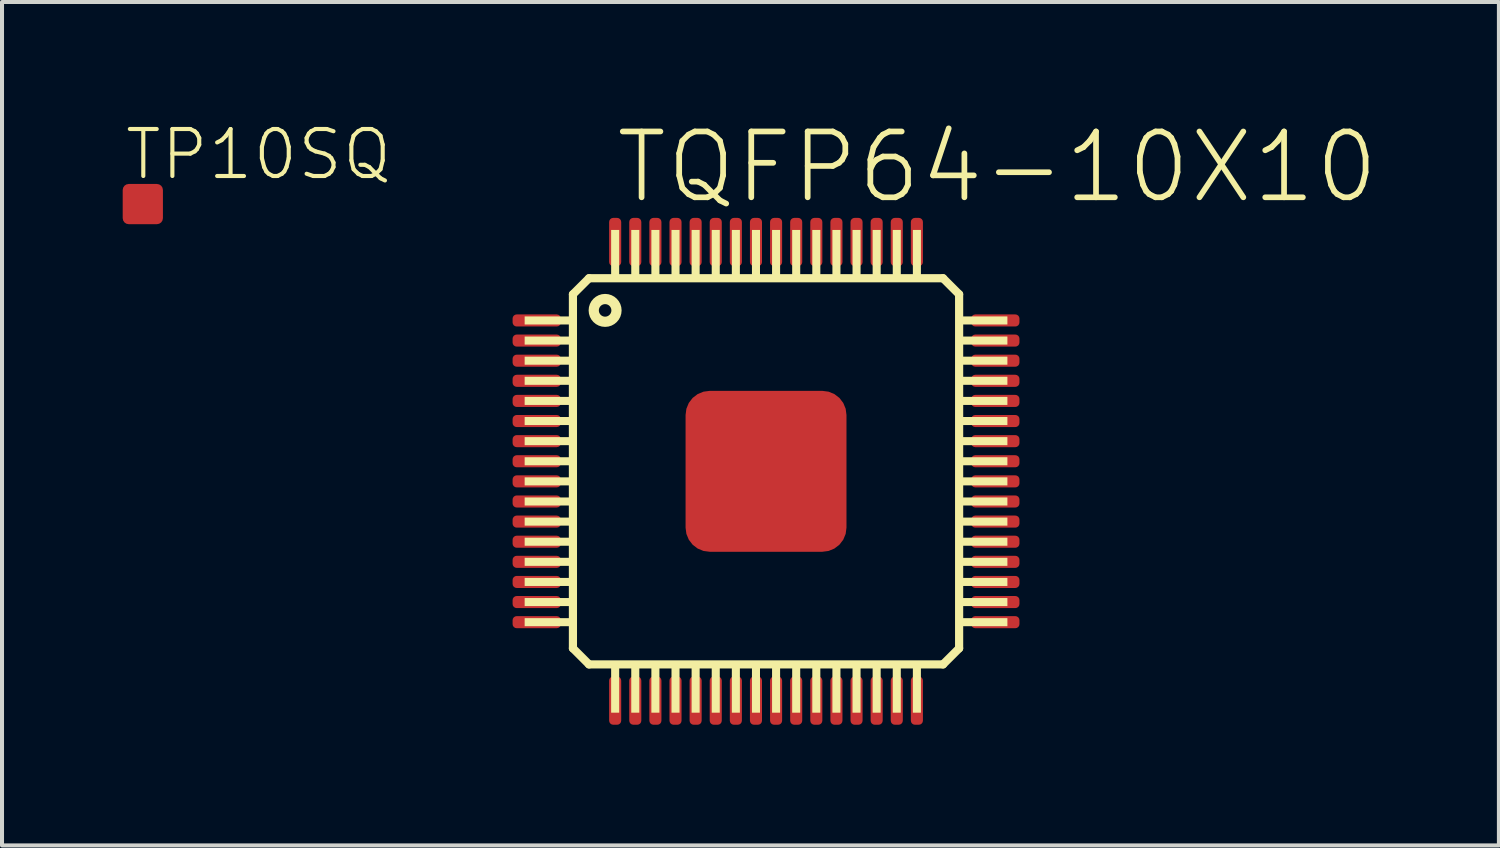
<source format=kicad_pcb>
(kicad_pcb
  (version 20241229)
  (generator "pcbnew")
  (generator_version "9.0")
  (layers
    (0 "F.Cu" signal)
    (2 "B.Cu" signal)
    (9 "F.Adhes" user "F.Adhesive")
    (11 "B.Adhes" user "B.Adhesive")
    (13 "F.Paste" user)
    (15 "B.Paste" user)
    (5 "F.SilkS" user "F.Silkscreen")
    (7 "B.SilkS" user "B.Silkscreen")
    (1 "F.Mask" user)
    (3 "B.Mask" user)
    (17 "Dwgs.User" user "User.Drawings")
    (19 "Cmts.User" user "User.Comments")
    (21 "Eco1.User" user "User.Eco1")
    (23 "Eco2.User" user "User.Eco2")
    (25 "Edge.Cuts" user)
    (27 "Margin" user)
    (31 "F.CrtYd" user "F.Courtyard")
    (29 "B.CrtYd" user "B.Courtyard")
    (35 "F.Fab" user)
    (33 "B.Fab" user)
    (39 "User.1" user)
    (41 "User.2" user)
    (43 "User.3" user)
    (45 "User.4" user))
  (footprint "TQFP64-10X10"
    (layer "F.Cu")
    (at 15.992 8.666)
    (property "Reference" "TQFP64-10X10" (at -3.81 -6.604 0) (unlocked yes) (layer "F.SilkS") (effects (font (size 1.636 1.636) (thickness 0.142)) (justify left bottom)))
    (fp_line (start -4.8 -4.4) (end -4.4 -4.8) (stroke (width 0.203) (type solid)) (layer "F.SilkS"))
    (fp_line (start -4.8 4.4) (end -4.8 -4.4) (stroke (width 0.203) (type solid)) (layer "F.SilkS"))
    (fp_line (start -4.4 -4.8) (end 4.4 -4.8) (stroke (width 0.203) (type solid)) (layer "F.SilkS"))
    (fp_line (start -4.4 4.8) (end -4.8 4.4) (stroke (width 0.203) (type solid)) (layer "F.SilkS"))
    (fp_line (start 4.4 -4.8) (end 4.8 -4.4) (stroke (width 0.203) (type solid)) (layer "F.SilkS"))
    (fp_line (start 4.4 4.8) (end -4.4 4.8) (stroke (width 0.203) (type solid)) (layer "F.SilkS"))
    (fp_line (start 4.8 -4.4) (end 4.8 4.4) (stroke (width 0.203) (type solid)) (layer "F.SilkS"))
    (fp_line (start 4.8 4.4) (end 4.4 4.8) (stroke (width 0.203) (type solid)) (layer "F.SilkS"))
    (fp_circle (center -4 -4) (end -3.717 -4) (stroke (width 0.254) (type solid)) (fill no) (layer "F.SilkS"))
    (fp_poly (pts (xy -6 -3.65) (xy -4.8 -3.65) (xy -4.8 -3.85) (xy -6 -3.85)) (stroke (width 0) (type default)) (fill yes) (layer "F.SilkS"))
    (fp_poly (pts (xy -6 -3.15) (xy -4.8 -3.15) (xy -4.8 -3.35) (xy -6 -3.35)) (stroke (width 0) (type default)) (fill yes) (layer "F.SilkS"))
    (fp_poly (pts (xy -6 -2.65) (xy -4.8 -2.65) (xy -4.8 -2.85) (xy -6 -2.85)) (stroke (width 0) (type default)) (fill yes) (layer "F.SilkS"))
    (fp_poly (pts (xy -6 -2.15) (xy -4.8 -2.15) (xy -4.8 -2.35) (xy -6 -2.35)) (stroke (width 0) (type default)) (fill yes) (layer "F.SilkS"))
    (fp_poly (pts (xy -6 -1.65) (xy -4.8 -1.65) (xy -4.8 -1.85) (xy -6 -1.85)) (stroke (width 0) (type default)) (fill yes) (layer "F.SilkS"))
    (fp_poly (pts (xy -6 -1.15) (xy -4.8 -1.15) (xy -4.8 -1.35) (xy -6 -1.35)) (stroke (width 0) (type default)) (fill yes) (layer "F.SilkS"))
    (fp_poly (pts (xy -6 -0.65) (xy -4.8 -0.65) (xy -4.8 -0.85) (xy -6 -0.85)) (stroke (width 0) (type default)) (fill yes) (layer "F.SilkS"))
    (fp_poly (pts (xy -6 -0.15) (xy -4.8 -0.15) (xy -4.8 -0.35) (xy -6 -0.35)) (stroke (width 0) (type default)) (fill yes) (layer "F.SilkS"))
    (fp_poly (pts (xy -6 0.35) (xy -4.8 0.35) (xy -4.8 0.15) (xy -6 0.15)) (stroke (width 0) (type default)) (fill yes) (layer "F.SilkS"))
    (fp_poly (pts (xy -6 0.85) (xy -4.8 0.85) (xy -4.8 0.65) (xy -6 0.65)) (stroke (width 0) (type default)) (fill yes) (layer "F.SilkS"))
    (fp_poly (pts (xy -6 1.35) (xy -4.8 1.35) (xy -4.8 1.15) (xy -6 1.15)) (stroke (width 0) (type default)) (fill yes) (layer "F.SilkS"))
    (fp_poly (pts (xy -6 1.85) (xy -4.8 1.85) (xy -4.8 1.65) (xy -6 1.65)) (stroke (width 0) (type default)) (fill yes) (layer "F.SilkS"))
    (fp_poly (pts (xy -6 2.35) (xy -4.8 2.35) (xy -4.8 2.15) (xy -6 2.15)) (stroke (width 0) (type default)) (fill yes) (layer "F.SilkS"))
    (fp_poly (pts (xy -6 2.85) (xy -4.8 2.85) (xy -4.8 2.65) (xy -6 2.65)) (stroke (width 0) (type default)) (fill yes) (layer "F.SilkS"))
    (fp_poly (pts (xy -6 3.35) (xy -4.8 3.35) (xy -4.8 3.15) (xy -6 3.15)) (stroke (width 0) (type default)) (fill yes) (layer "F.SilkS"))
    (fp_poly (pts (xy -6 3.85) (xy -4.8 3.85) (xy -4.8 3.65) (xy -6 3.65)) (stroke (width 0) (type default)) (fill yes) (layer "F.SilkS"))
    (fp_poly (pts (xy -3.85 -4.8) (xy -3.65 -4.8) (xy -3.65 -6) (xy -3.85 -6)) (stroke (width 0) (type default)) (fill yes) (layer "F.SilkS"))
    (fp_poly (pts (xy -3.85 6) (xy -3.65 6) (xy -3.65 4.8) (xy -3.85 4.8)) (stroke (width 0) (type default)) (fill yes) (layer "F.SilkS"))
    (fp_poly (pts (xy -3.35 -4.8) (xy -3.15 -4.8) (xy -3.15 -6) (xy -3.35 -6)) (stroke (width 0) (type default)) (fill yes) (layer "F.SilkS"))
    (fp_poly (pts (xy -3.35 6) (xy -3.15 6) (xy -3.15 4.8) (xy -3.35 4.8)) (stroke (width 0) (type default)) (fill yes) (layer "F.SilkS"))
    (fp_poly (pts (xy -2.85 -4.8) (xy -2.65 -4.8) (xy -2.65 -6) (xy -2.85 -6)) (stroke (width 0) (type default)) (fill yes) (layer "F.SilkS"))
    (fp_poly (pts (xy -2.85 6) (xy -2.65 6) (xy -2.65 4.8) (xy -2.85 4.8)) (stroke (width 0) (type default)) (fill yes) (layer "F.SilkS"))
    (fp_poly (pts (xy -2.35 -4.8) (xy -2.15 -4.8) (xy -2.15 -6) (xy -2.35 -6)) (stroke (width 0) (type default)) (fill yes) (layer "F.SilkS"))
    (fp_poly (pts (xy -2.35 6) (xy -2.15 6) (xy -2.15 4.8) (xy -2.35 4.8)) (stroke (width 0) (type default)) (fill yes) (layer "F.SilkS"))
    (fp_poly (pts (xy -1.85 -4.8) (xy -1.65 -4.8) (xy -1.65 -6) (xy -1.85 -6)) (stroke (width 0) (type default)) (fill yes) (layer "F.SilkS"))
    (fp_poly (pts (xy -1.85 6) (xy -1.65 6) (xy -1.65 4.8) (xy -1.85 4.8)) (stroke (width 0) (type default)) (fill yes) (layer "F.SilkS"))
    (fp_poly (pts (xy -1.35 -4.8) (xy -1.15 -4.8) (xy -1.15 -6) (xy -1.35 -6)) (stroke (width 0) (type default)) (fill yes) (layer "F.SilkS"))
    (fp_poly (pts (xy -1.35 6) (xy -1.15 6) (xy -1.15 4.8) (xy -1.35 4.8)) (stroke (width 0) (type default)) (fill yes) (layer "F.SilkS"))
    (fp_poly (pts (xy -0.85 -4.8) (xy -0.65 -4.8) (xy -0.65 -6) (xy -0.85 -6)) (stroke (width 0) (type default)) (fill yes) (layer "F.SilkS"))
    (fp_poly (pts (xy -0.85 6) (xy -0.65 6) (xy -0.65 4.8) (xy -0.85 4.8)) (stroke (width 0) (type default)) (fill yes) (layer "F.SilkS"))
    (fp_poly (pts (xy -0.35 -4.8) (xy -0.15 -4.8) (xy -0.15 -6) (xy -0.35 -6)) (stroke (width 0) (type default)) (fill yes) (layer "F.SilkS"))
    (fp_poly (pts (xy -0.35 6) (xy -0.15 6) (xy -0.15 4.8) (xy -0.35 4.8)) (stroke (width 0) (type default)) (fill yes) (layer "F.SilkS"))
    (fp_poly (pts (xy 0.15 -4.8) (xy 0.35 -4.8) (xy 0.35 -6) (xy 0.15 -6)) (stroke (width 0) (type default)) (fill yes) (layer "F.SilkS"))
    (fp_poly (pts (xy 0.15 6) (xy 0.35 6) (xy 0.35 4.8) (xy 0.15 4.8)) (stroke (width 0) (type default)) (fill yes) (layer "F.SilkS"))
    (fp_poly (pts (xy 0.65 -4.8) (xy 0.85 -4.8) (xy 0.85 -6) (xy 0.65 -6)) (stroke (width 0) (type default)) (fill yes) (layer "F.SilkS"))
    (fp_poly (pts (xy 0.65 6) (xy 0.85 6) (xy 0.85 4.8) (xy 0.65 4.8)) (stroke (width 0) (type default)) (fill yes) (layer "F.SilkS"))
    (fp_poly (pts (xy 1.15 -4.8) (xy 1.35 -4.8) (xy 1.35 -6) (xy 1.15 -6)) (stroke (width 0) (type default)) (fill yes) (layer "F.SilkS"))
    (fp_poly (pts (xy 1.15 6) (xy 1.35 6) (xy 1.35 4.8) (xy 1.15 4.8)) (stroke (width 0) (type default)) (fill yes) (layer "F.SilkS"))
    (fp_poly (pts (xy 1.65 -4.8) (xy 1.85 -4.8) (xy 1.85 -6) (xy 1.65 -6)) (stroke (width 0) (type default)) (fill yes) (layer "F.SilkS"))
    (fp_poly (pts (xy 1.65 6) (xy 1.85 6) (xy 1.85 4.8) (xy 1.65 4.8)) (stroke (width 0) (type default)) (fill yes) (layer "F.SilkS"))
    (fp_poly (pts (xy 2.15 -4.8) (xy 2.35 -4.8) (xy 2.35 -6) (xy 2.15 -6)) (stroke (width 0) (type default)) (fill yes) (layer "F.SilkS"))
    (fp_poly (pts (xy 2.15 6) (xy 2.35 6) (xy 2.35 4.8) (xy 2.15 4.8)) (stroke (width 0) (type default)) (fill yes) (layer "F.SilkS"))
    (fp_poly (pts (xy 2.65 -4.8) (xy 2.85 -4.8) (xy 2.85 -6) (xy 2.65 -6)) (stroke (width 0) (type default)) (fill yes) (layer "F.SilkS"))
    (fp_poly (pts (xy 2.65 6) (xy 2.85 6) (xy 2.85 4.8) (xy 2.65 4.8)) (stroke (width 0) (type default)) (fill yes) (layer "F.SilkS"))
    (fp_poly (pts (xy 3.15 -4.8) (xy 3.35 -4.8) (xy 3.35 -6) (xy 3.15 -6)) (stroke (width 0) (type default)) (fill yes) (layer "F.SilkS"))
    (fp_poly (pts (xy 3.15 6) (xy 3.35 6) (xy 3.35 4.8) (xy 3.15 4.8)) (stroke (width 0) (type default)) (fill yes) (layer "F.SilkS"))
    (fp_poly (pts (xy 3.65 -4.8) (xy 3.85 -4.8) (xy 3.85 -6) (xy 3.65 -6)) (stroke (width 0) (type default)) (fill yes) (layer "F.SilkS"))
    (fp_poly (pts (xy 3.65 6) (xy 3.85 6) (xy 3.85 4.8) (xy 3.65 4.8)) (stroke (width 0) (type default)) (fill yes) (layer "F.SilkS"))
    (fp_poly (pts (xy 4.8 -3.65) (xy 6 -3.65) (xy 6 -3.85) (xy 4.8 -3.85)) (stroke (width 0) (type default)) (fill yes) (layer "F.SilkS"))
    (fp_poly (pts (xy 4.8 -3.15) (xy 6 -3.15) (xy 6 -3.35) (xy 4.8 -3.35)) (stroke (width 0) (type default)) (fill yes) (layer "F.SilkS"))
    (fp_poly (pts (xy 4.8 -2.65) (xy 6 -2.65) (xy 6 -2.85) (xy 4.8 -2.85)) (stroke (width 0) (type default)) (fill yes) (layer "F.SilkS"))
    (fp_poly (pts (xy 4.8 -2.15) (xy 6 -2.15) (xy 6 -2.35) (xy 4.8 -2.35)) (stroke (width 0) (type default)) (fill yes) (layer "F.SilkS"))
    (fp_poly (pts (xy 4.8 -1.65) (xy 6 -1.65) (xy 6 -1.85) (xy 4.8 -1.85)) (stroke (width 0) (type default)) (fill yes) (layer "F.SilkS"))
    (fp_poly (pts (xy 4.8 -1.15) (xy 6 -1.15) (xy 6 -1.35) (xy 4.8 -1.35)) (stroke (width 0) (type default)) (fill yes) (layer "F.SilkS"))
    (fp_poly (pts (xy 4.8 -0.65) (xy 6 -0.65) (xy 6 -0.85) (xy 4.8 -0.85)) (stroke (width 0) (type default)) (fill yes) (layer "F.SilkS"))
    (fp_poly (pts (xy 4.8 -0.15) (xy 6 -0.15) (xy 6 -0.35) (xy 4.8 -0.35)) (stroke (width 0) (type default)) (fill yes) (layer "F.SilkS"))
    (fp_poly (pts (xy 4.8 0.35) (xy 6 0.35) (xy 6 0.15) (xy 4.8 0.15)) (stroke (width 0) (type default)) (fill yes) (layer "F.SilkS"))
    (fp_poly (pts (xy 4.8 0.85) (xy 6 0.85) (xy 6 0.65) (xy 4.8 0.65)) (stroke (width 0) (type default)) (fill yes) (layer "F.SilkS"))
    (fp_poly (pts (xy 4.8 1.35) (xy 6 1.35) (xy 6 1.15) (xy 4.8 1.15)) (stroke (width 0) (type default)) (fill yes) (layer "F.SilkS"))
    (fp_poly (pts (xy 4.8 1.85) (xy 6 1.85) (xy 6 1.65) (xy 4.8 1.65)) (stroke (width 0) (type default)) (fill yes) (layer "F.SilkS"))
    (fp_poly (pts (xy 4.8 2.35) (xy 6 2.35) (xy 6 2.15) (xy 4.8 2.15)) (stroke (width 0) (type default)) (fill yes) (layer "F.SilkS"))
    (fp_poly (pts (xy 4.8 2.85) (xy 6 2.85) (xy 6 2.65) (xy 4.8 2.65)) (stroke (width 0) (type default)) (fill yes) (layer "F.SilkS"))
    (fp_poly (pts (xy 4.8 3.35) (xy 6 3.35) (xy 6 3.15) (xy 4.8 3.15)) (stroke (width 0) (type default)) (fill yes) (layer "F.SilkS"))
    (fp_poly (pts (xy 4.8 3.85) (xy 6 3.85) (xy 6 3.65) (xy 4.8 3.65)) (stroke (width 0) (type default)) (fill yes) (layer "F.SilkS"))
    (pad "1" smd roundrect (at -5.7 -3.75) (size 1.2 0.3) (layers "F.Cu" "F.Mask" "F.Paste") (roundrect_rratio 0.339))
    (pad "2" smd roundrect (at -5.7 -3.25) (size 1.2 0.3) (layers "F.Cu" "F.Mask" "F.Paste") (roundrect_rratio 0.339))
    (pad "3" smd roundrect (at -5.7 -2.75) (size 1.2 0.3) (layers "F.Cu" "F.Mask" "F.Paste") (roundrect_rratio 0.339))
    (pad "4" smd roundrect (at -5.7 -2.25) (size 1.2 0.3) (layers "F.Cu" "F.Mask" "F.Paste") (roundrect_rratio 0.339))
    (pad "5" smd roundrect (at -5.7 -1.75) (size 1.2 0.3) (layers "F.Cu" "F.Mask" "F.Paste") (roundrect_rratio 0.339))
    (pad "6" smd roundrect (at -5.7 -1.25) (size 1.2 0.3) (layers "F.Cu" "F.Mask" "F.Paste") (roundrect_rratio 0.339))
    (pad "7" smd roundrect (at -5.7 -0.75) (size 1.2 0.3) (layers "F.Cu" "F.Mask" "F.Paste") (roundrect_rratio 0.339))
    (pad "8" smd roundrect (at -5.7 -0.25) (size 1.2 0.3) (layers "F.Cu" "F.Mask" "F.Paste") (roundrect_rratio 0.339))
    (pad "9" smd roundrect (at -5.7 0.25) (size 1.2 0.3) (layers "F.Cu" "F.Mask" "F.Paste") (roundrect_rratio 0.339))
    (pad "10" smd roundrect (at -5.7 0.75) (size 1.2 0.3) (layers "F.Cu" "F.Mask" "F.Paste") (roundrect_rratio 0.339))
    (pad "11" smd roundrect (at -5.7 1.25) (size 1.2 0.3) (layers "F.Cu" "F.Mask" "F.Paste") (roundrect_rratio 0.339))
    (pad "12" smd roundrect (at -5.7 1.75) (size 1.2 0.3) (layers "F.Cu" "F.Mask" "F.Paste") (roundrect_rratio 0.339))
    (pad "13" smd roundrect (at -5.7 2.25) (size 1.2 0.3) (layers "F.Cu" "F.Mask" "F.Paste") (roundrect_rratio 0.339))
    (pad "14" smd roundrect (at -5.7 2.75) (size 1.2 0.3) (layers "F.Cu" "F.Mask" "F.Paste") (roundrect_rratio 0.339))
    (pad "15" smd roundrect (at -5.7 3.25) (size 1.2 0.3) (layers "F.Cu" "F.Mask" "F.Paste") (roundrect_rratio 0.339))
    (pad "16" smd roundrect (at -5.7 3.75) (size 1.2 0.3) (layers "F.Cu" "F.Mask" "F.Paste") (roundrect_rratio 0.339))
    (pad "17" smd roundrect (at -3.75 5.7) (size 0.3 1.2) (layers "F.Cu" "F.Mask" "F.Paste") (roundrect_rratio 0.339))
    (pad "18" smd roundrect (at -3.25 5.7) (size 0.3 1.2) (layers "F.Cu" "F.Mask" "F.Paste") (roundrect_rratio 0.339))
    (pad "19" smd roundrect (at -2.75 5.7) (size 0.3 1.2) (layers "F.Cu" "F.Mask" "F.Paste") (roundrect_rratio 0.339))
    (pad "20" smd roundrect (at -2.25 5.7) (size 0.3 1.2) (layers "F.Cu" "F.Mask" "F.Paste") (roundrect_rratio 0.339))
    (pad "21" smd roundrect (at -1.75 5.7) (size 0.3 1.2) (layers "F.Cu" "F.Mask" "F.Paste") (roundrect_rratio 0.339))
    (pad "22" smd roundrect (at -1.25 5.7) (size 0.3 1.2) (layers "F.Cu" "F.Mask" "F.Paste") (roundrect_rratio 0.339))
    (pad "23" smd roundrect (at -0.75 5.7) (size 0.3 1.2) (layers "F.Cu" "F.Mask" "F.Paste") (roundrect_rratio 0.339))
    (pad "24" smd roundrect (at -0.25 5.7) (size 0.3 1.2) (layers "F.Cu" "F.Mask" "F.Paste") (roundrect_rratio 0.339))
    (pad "25" smd roundrect (at 0.25 5.7) (size 0.3 1.2) (layers "F.Cu" "F.Mask" "F.Paste") (roundrect_rratio 0.339))
    (pad "26" smd roundrect (at 0.75 5.7) (size 0.3 1.2) (layers "F.Cu" "F.Mask" "F.Paste") (roundrect_rratio 0.339))
    (pad "27" smd roundrect (at 1.25 5.7) (size 0.3 1.2) (layers "F.Cu" "F.Mask" "F.Paste") (roundrect_rratio 0.339))
    (pad "28" smd roundrect (at 1.75 5.7) (size 0.3 1.2) (layers "F.Cu" "F.Mask" "F.Paste") (roundrect_rratio 0.339))
    (pad "29" smd roundrect (at 2.25 5.7) (size 0.3 1.2) (layers "F.Cu" "F.Mask" "F.Paste") (roundrect_rratio 0.339))
    (pad "30" smd roundrect (at 2.75 5.7) (size 0.3 1.2) (layers "F.Cu" "F.Mask" "F.Paste") (roundrect_rratio 0.339))
    (pad "31" smd roundrect (at 3.25 5.7) (size 0.3 1.2) (layers "F.Cu" "F.Mask" "F.Paste") (roundrect_rratio 0.339))
    (pad "32" smd roundrect (at 3.75 5.7) (size 0.3 1.2) (layers "F.Cu" "F.Mask" "F.Paste") (roundrect_rratio 0.339))
    (pad "33" smd roundrect (at 5.7 3.75) (size 1.2 0.3) (layers "F.Cu" "F.Mask" "F.Paste") (roundrect_rratio 0.339))
    (pad "34" smd roundrect (at 5.7 3.25) (size 1.2 0.3) (layers "F.Cu" "F.Mask" "F.Paste") (roundrect_rratio 0.339))
    (pad "35" smd roundrect (at 5.7 2.75) (size 1.2 0.3) (layers "F.Cu" "F.Mask" "F.Paste") (roundrect_rratio 0.339))
    (pad "36" smd roundrect (at 5.7 2.25) (size 1.2 0.3) (layers "F.Cu" "F.Mask" "F.Paste") (roundrect_rratio 0.339))
    (pad "37" smd roundrect (at 5.7 1.75) (size 1.2 0.3) (layers "F.Cu" "F.Mask" "F.Paste") (roundrect_rratio 0.339))
    (pad "38" smd roundrect (at 5.7 1.25) (size 1.2 0.3) (layers "F.Cu" "F.Mask" "F.Paste") (roundrect_rratio 0.339))
    (pad "39" smd roundrect (at 5.7 0.75) (size 1.2 0.3) (layers "F.Cu" "F.Mask" "F.Paste") (roundrect_rratio 0.339))
    (pad "40" smd roundrect (at 5.7 0.25) (size 1.2 0.3) (layers "F.Cu" "F.Mask" "F.Paste") (roundrect_rratio 0.339))
    (pad "41" smd roundrect (at 5.7 -0.25) (size 1.2 0.3) (layers "F.Cu" "F.Mask" "F.Paste") (roundrect_rratio 0.339))
    (pad "42" smd roundrect (at 5.7 -0.75) (size 1.2 0.3) (layers "F.Cu" "F.Mask" "F.Paste") (roundrect_rratio 0.339))
    (pad "43" smd roundrect (at 5.7 -1.25) (size 1.2 0.3) (layers "F.Cu" "F.Mask" "F.Paste") (roundrect_rratio 0.339))
    (pad "44" smd roundrect (at 5.7 -1.75) (size 1.2 0.3) (layers "F.Cu" "F.Mask" "F.Paste") (roundrect_rratio 0.339))
    (pad "45" smd roundrect (at 5.7 -2.25) (size 1.2 0.3) (layers "F.Cu" "F.Mask" "F.Paste") (roundrect_rratio 0.339))
    (pad "46" smd roundrect (at 5.7 -2.75) (size 1.2 0.3) (layers "F.Cu" "F.Mask" "F.Paste") (roundrect_rratio 0.339))
    (pad "47" smd roundrect (at 5.7 -3.25) (size 1.2 0.3) (layers "F.Cu" "F.Mask" "F.Paste") (roundrect_rratio 0.339))
    (pad "48" smd roundrect (at 5.7 -3.75) (size 1.2 0.3) (layers "F.Cu" "F.Mask" "F.Paste") (roundrect_rratio 0.339))
    (pad "49" smd roundrect (at 3.75 -5.7) (size 0.3 1.2) (layers "F.Cu" "F.Mask" "F.Paste") (roundrect_rratio 0.339))
    (pad "50" smd roundrect (at 3.25 -5.7) (size 0.3 1.2) (layers "F.Cu" "F.Mask" "F.Paste") (roundrect_rratio 0.339))
    (pad "51" smd roundrect (at 2.75 -5.7) (size 0.3 1.2) (layers "F.Cu" "F.Mask" "F.Paste") (roundrect_rratio 0.339))
    (pad "52" smd roundrect (at 2.25 -5.7) (size 0.3 1.2) (layers "F.Cu" "F.Mask" "F.Paste") (roundrect_rratio 0.339))
    (pad "53" smd roundrect (at 1.75 -5.7) (size 0.3 1.2) (layers "F.Cu" "F.Mask" "F.Paste") (roundrect_rratio 0.339))
    (pad "54" smd roundrect (at 1.25 -5.7) (size 0.3 1.2) (layers "F.Cu" "F.Mask" "F.Paste") (roundrect_rratio 0.339))
    (pad "55" smd roundrect (at 0.75 -5.7) (size 0.3 1.2) (layers "F.Cu" "F.Mask" "F.Paste") (roundrect_rratio 0.339))
    (pad "56" smd roundrect (at 0.25 -5.7) (size 0.3 1.2) (layers "F.Cu" "F.Mask" "F.Paste") (roundrect_rratio 0.339))
    (pad "57" smd roundrect (at -0.25 -5.7) (size 0.3 1.2) (layers "F.Cu" "F.Mask" "F.Paste") (roundrect_rratio 0.339))
    (pad "58" smd roundrect (at -0.75 -5.7) (size 0.3 1.2) (layers "F.Cu" "F.Mask" "F.Paste") (roundrect_rratio 0.339))
    (pad "59" smd roundrect (at -1.25 -5.7) (size 0.3 1.2) (layers "F.Cu" "F.Mask" "F.Paste") (roundrect_rratio 0.339))
    (pad "60" smd roundrect (at -1.75 -5.7) (size 0.3 1.2) (layers "F.Cu" "F.Mask" "F.Paste") (roundrect_rratio 0.339))
    (pad "61" smd roundrect (at -2.25 -5.7) (size 0.3 1.2) (layers "F.Cu" "F.Mask" "F.Paste") (roundrect_rratio 0.339))
    (pad "62" smd roundrect (at -2.75 -5.7) (size 0.3 1.2) (layers "F.Cu" "F.Mask" "F.Paste") (roundrect_rratio 0.339))
    (pad "63" smd roundrect (at -3.25 -5.7) (size 0.3 1.2) (layers "F.Cu" "F.Mask" "F.Paste") (roundrect_rratio 0.339))
    (pad "64" smd roundrect (at -3.75 -5.7) (size 0.3 1.2) (layers "F.Cu" "F.Mask" "F.Paste") (roundrect_rratio 0.339))
    (pad "P$1" smd roundrect (at 0 0) (size 4 4) (layers "F.Cu" "F.Mask" "F.Paste") (roundrect_rratio 0.15)))
  (footprint "TP10SQ"
    (layer "F.Cu")
    (at 0.5 2.023)
    (property "Reference" "TP10SQ" (at -0.5 -0.55 0) (unlocked yes) (layer "F.SilkS") (effects (font (size 1.168 1.168) (thickness 0.102)) (justify left bottom)))
    (pad "TP" smd roundrect (at 0 0) (size 1 1) (layers "F.Cu" "F.Mask") (roundrect_rratio 0.15)))
  (gr_rect
    (start -3 -3)
    (end 34.21 17.966)
    (stroke (width 0.1) (type default))
    (fill no)
    (layer "Edge.Cuts")))
</source>
